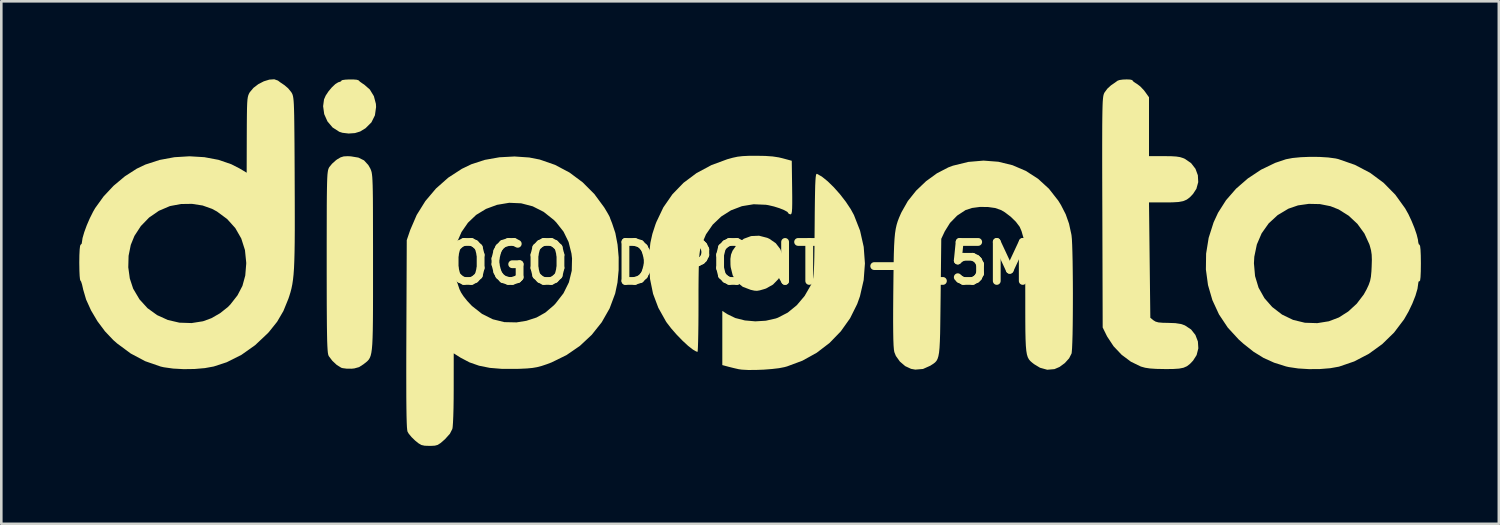
<source format=kicad_pcb>
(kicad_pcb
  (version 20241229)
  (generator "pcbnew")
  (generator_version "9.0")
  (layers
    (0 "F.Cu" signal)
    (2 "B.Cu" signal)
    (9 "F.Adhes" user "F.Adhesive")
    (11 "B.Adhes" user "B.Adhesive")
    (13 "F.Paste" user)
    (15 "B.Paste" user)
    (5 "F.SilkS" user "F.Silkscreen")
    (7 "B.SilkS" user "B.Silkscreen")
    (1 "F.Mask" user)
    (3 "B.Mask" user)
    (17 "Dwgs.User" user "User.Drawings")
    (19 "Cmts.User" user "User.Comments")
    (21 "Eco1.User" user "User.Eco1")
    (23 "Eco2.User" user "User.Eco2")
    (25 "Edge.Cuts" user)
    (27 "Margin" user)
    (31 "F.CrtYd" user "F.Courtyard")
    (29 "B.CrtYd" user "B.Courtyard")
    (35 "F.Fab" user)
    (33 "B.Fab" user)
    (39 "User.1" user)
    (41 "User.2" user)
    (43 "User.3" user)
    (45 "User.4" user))
  (footprint "LOGO-DIPONTO-15MM"
    (layer "F.Cu")
    (at 25.655 7.08)
    (property "Reference" "LOGO-DIPONTO-15MM" (at 0 0 0) (layer "F.SilkS") (effects (font (size 1.5 1.5) (thickness 0.3))))
    (attr board_only exclude_from_pos_files exclude_from_bom)
    (fp_poly (pts (xy 0.812 -0.98) (xy 0.894 -0.943) (xy 1.141 -0.773) (xy 1.316 -0.545) (xy 1.427 -0.246) (xy 1.452 0.051) (xy 1.386 0.34) (xy 1.243 0.603) (xy 1.033 0.819) (xy 0.767 0.969) (xy 0.694 0.993) (xy 0.529 1.04) (xy 0.418 1.059) (xy 0.317 1.052) (xy 0.183 1.022) (xy 0.178 1.021) (xy -0.129 0.904) (xy -0.361 0.718) (xy -0.515 0.466) (xy -0.594 0.146) (xy -0.602 0.052) (xy -0.605 -0.17) (xy -0.581 -0.335) (xy -0.522 -0.483) (xy -0.519 -0.488) (xy -0.33 -0.757) (xy -0.088 -0.945) (xy 0.193 -1.048) (xy 0.498 -1.061)) (stroke (width 0) (type solid)) (fill yes) (layer "F.SilkS"))
    (fp_poly (pts (xy -15.108 -7.073) (xy -14.979 -7.062) (xy -14.909 -7.04) (xy -14.906 -7.035) (xy -14.855 -6.986) (xy -14.748 -6.91) (xy -14.697 -6.878) (xy -14.477 -6.686) (xy -14.321 -6.43) (xy -14.243 -6.134) (xy -14.236 -6.013) (xy -14.281 -5.693) (xy -14.416 -5.421) (xy -14.641 -5.197) (xy -14.848 -5.071) (xy -15.048 -5.01) (xy -15.291 -4.993) (xy -15.529 -5.021) (xy -15.652 -5.06) (xy -15.911 -5.227) (xy -16.108 -5.461) (xy -16.232 -5.74) (xy -16.274 -6.045) (xy -16.239 -6.306) (xy -16.175 -6.452) (xy -16.067 -6.615) (xy -15.936 -6.771) (xy -15.803 -6.896) (xy -15.69 -6.966) (xy -15.654 -6.974) (xy -15.585 -7.001) (xy -15.576 -7.024) (xy -15.531 -7.05) (xy -15.416 -7.066) (xy -15.264 -7.074)) (stroke (width 0) (type solid)) (fill yes) (layer "F.SilkS"))
    (fp_poly (pts (xy 2.724 -3.443) (xy 2.914 -3.336) (xy 3.135 -3.158) (xy 3.373 -2.926) (xy 3.612 -2.657) (xy 3.835 -2.369) (xy 4.027 -2.08) (xy 4.148 -1.858) (xy 4.383 -1.258) (xy 4.524 -0.632) (xy 4.571 0.006) (xy 4.523 0.644) (xy 4.38 1.267) (xy 4.274 1.565) (xy 4 2.115) (xy 3.643 2.617) (xy 3.212 3.062) (xy 2.717 3.441) (xy 2.169 3.745) (xy 1.577 3.966) (xy 1.476 3.994) (xy 1.265 4.035) (xy 0.991 4.067) (xy 0.682 4.091) (xy 0.367 4.103) (xy 0.075 4.104) (xy -0.165 4.091) (xy -0.286 4.074) (xy -0.482 4.029) (xy -0.684 3.978) (xy -0.706 3.972) (xy -0.916 3.916) (xy -0.916 2.873) (xy -0.916 1.831) (xy -0.725 1.955) (xy -0.416 2.105) (xy -0.047 2.198) (xy 0.353 2.233) (xy 0.757 2.209) (xy 1.139 2.123) (xy 1.222 2.093) (xy 1.603 1.896) (xy 1.95 1.612) (xy 2.25 1.257) (xy 2.488 0.844) (xy 2.524 0.764) (xy 2.549 0.699) (xy 2.569 0.625) (xy 2.586 0.533) (xy 2.599 0.41) (xy 2.609 0.248) (xy 2.617 0.034) (xy 2.624 -0.24) (xy 2.629 -0.586) (xy 2.633 -1.014) (xy 2.637 -1.468) (xy 2.641 -1.979) (xy 2.646 -2.398) (xy 2.652 -2.732) (xy 2.658 -2.99) (xy 2.667 -3.181) (xy 2.677 -3.313) (xy 2.689 -3.395) (xy 2.704 -3.435) (xy 2.723 -3.443)) (stroke (width 0) (type solid)) (fill yes) (layer "F.SilkS"))
    (fp_poly (pts (xy 0.738 -4.131) (xy 1.021 -4.111) (xy 1.257 -4.075) (xy 1.4 -4.041) (xy 1.756 -3.945) (xy 1.77 -2.914) (xy 1.774 -2.562) (xy 1.774 -2.298) (xy 1.77 -2.112) (xy 1.761 -1.99) (xy 1.747 -1.919) (xy 1.725 -1.888) (xy 1.706 -1.883) (xy 1.638 -1.905) (xy 1.629 -1.924) (xy 1.583 -1.981) (xy 1.459 -2.049) (xy 1.282 -2.12) (xy 1.072 -2.186) (xy 0.854 -2.237) (xy 0.76 -2.252) (xy 0.29 -2.272) (xy -0.161 -2.198) (xy -0.582 -2.038) (xy -0.959 -1.799) (xy -1.284 -1.489) (xy -1.543 -1.115) (xy -1.726 -0.685) (xy -1.754 -0.585) (xy -1.776 -0.484) (xy -1.793 -0.358) (xy -1.807 -0.194) (xy -1.817 0.016) (xy -1.824 0.285) (xy -1.829 0.623) (xy -1.832 1.042) (xy -1.832 1.55) (xy -1.832 1.563) (xy -1.833 1.985) (xy -1.836 2.374) (xy -1.841 2.717) (xy -1.847 3.003) (xy -1.854 3.222) (xy -1.862 3.361) (xy -1.871 3.41) (xy -1.935 3.384) (xy -2.042 3.322) (xy -2.054 3.314) (xy -2.235 3.173) (xy -2.45 2.974) (xy -2.674 2.743) (xy -2.882 2.505) (xy -3.05 2.287) (xy -3.082 2.24) (xy -3.377 1.713) (xy -3.58 1.173) (xy -3.697 0.601) (xy -3.734 0) (xy -3.723 -0.423) (xy -3.683 -0.787) (xy -3.607 -1.13) (xy -3.489 -1.493) (xy -3.454 -1.585) (xy -3.185 -2.151) (xy -2.835 -2.656) (xy -2.408 -3.097) (xy -1.906 -3.472) (xy -1.333 -3.779) (xy -0.728 -4.002) (xy -0.517 -4.061) (xy -0.33 -4.101) (xy -0.135 -4.124) (xy 0.099 -4.135) (xy 0.382 -4.137)) (stroke (width 0) (type solid)) (fill yes) (layer "F.SilkS"))
    (fp_poly (pts (xy -15.206 -4.115) (xy -14.917 -4.067) (xy -14.7 -3.96) (xy -14.535 -3.78) (xy -14.46 -3.649) (xy -14.44 -3.603) (xy -14.422 -3.555) (xy -14.406 -3.496) (xy -14.394 -3.419) (xy -14.383 -3.317) (xy -14.375 -3.18) (xy -14.368 -3.003) (xy -14.363 -2.777) (xy -14.359 -2.494) (xy -14.357 -2.147) (xy -14.356 -1.729) (xy -14.355 -1.231) (xy -14.354 -0.646) (xy -14.354 -0.022) (xy -14.354 0.671) (xy -14.354 1.269) (xy -14.355 1.781) (xy -14.358 2.213) (xy -14.363 2.573) (xy -14.371 2.869) (xy -14.382 3.107) (xy -14.398 3.297) (xy -14.419 3.444) (xy -14.446 3.557) (xy -14.48 3.642) (xy -14.52 3.708) (xy -14.569 3.762) (xy -14.626 3.811) (xy -14.693 3.862) (xy -14.723 3.886) (xy -14.891 3.994) (xy -15.076 4.045) (xy -15.181 4.055) (xy -15.361 4.054) (xy -15.519 4.034) (xy -15.576 4.018) (xy -15.747 3.912) (xy -15.919 3.751) (xy -16.052 3.576) (xy -16.064 3.553) (xy -16.078 3.511) (xy -16.091 3.441) (xy -16.101 3.335) (xy -16.11 3.186) (xy -16.118 2.988) (xy -16.123 2.734) (xy -16.128 2.417) (xy -16.131 2.03) (xy -16.134 1.565) (xy -16.135 1.017) (xy -16.136 0.378) (xy -16.136 -0.061) (xy -16.136 -0.741) (xy -16.135 -1.327) (xy -16.134 -1.825) (xy -16.133 -2.245) (xy -16.13 -2.592) (xy -16.126 -2.875) (xy -16.121 -3.1) (xy -16.115 -3.276) (xy -16.107 -3.41) (xy -16.096 -3.509) (xy -16.084 -3.581) (xy -16.069 -3.633) (xy -16.052 -3.673) (xy -16.036 -3.701) (xy -15.929 -3.832) (xy -15.783 -3.963) (xy -15.732 -4) (xy -15.602 -4.076) (xy -15.482 -4.113) (xy -15.33 -4.121)) (stroke (width 0) (type solid)) (fill yes) (layer "F.SilkS"))
    (fp_poly (pts (xy 14.772 -7.069) (xy 14.853 -7.05) (xy 14.863 -7.036) (xy 14.904 -6.988) (xy 15.003 -6.921) (xy 15.029 -6.907) (xy 15.159 -6.81) (xy 15.295 -6.668) (xy 15.347 -6.602) (xy 15.5 -6.388) (xy 15.5 -5.256) (xy 15.5 -4.123) (xy 16.082 -4.123) (xy 16.354 -4.12) (xy 16.55 -4.108) (xy 16.696 -4.085) (xy 16.816 -4.047) (xy 16.883 -4.017) (xy 17.12 -3.853) (xy 17.288 -3.636) (xy 17.38 -3.386) (xy 17.394 -3.123) (xy 17.323 -2.866) (xy 17.194 -2.668) (xy 17.072 -2.54) (xy 16.953 -2.451) (xy 16.816 -2.392) (xy 16.64 -2.359) (xy 16.402 -2.345) (xy 16.126 -2.342) (xy 15.5 -2.342) (xy 15.525 -0.123) (xy 15.551 2.096) (xy 15.671 2.193) (xy 15.753 2.243) (xy 15.864 2.274) (xy 16.031 2.288) (xy 16.231 2.292) (xy 16.515 2.302) (xy 16.727 2.335) (xy 16.88 2.388) (xy 17.118 2.545) (xy 17.286 2.758) (xy 17.381 3.007) (xy 17.398 3.271) (xy 17.332 3.53) (xy 17.195 3.745) (xy 17.075 3.871) (xy 16.959 3.96) (xy 16.827 4.018) (xy 16.657 4.051) (xy 16.428 4.066) (xy 16.119 4.069) (xy 16.1 4.068) (xy 15.781 4.062) (xy 15.539 4.046) (xy 15.352 4.018) (xy 15.195 3.974) (xy 15.183 3.97) (xy 14.804 3.786) (xy 14.448 3.52) (xy 14.136 3.19) (xy 13.89 2.817) (xy 13.86 2.758) (xy 13.718 2.469) (xy 13.705 -1.96) (xy 13.702 -2.734) (xy 13.7 -3.413) (xy 13.699 -4.003) (xy 13.699 -4.511) (xy 13.7 -4.943) (xy 13.701 -5.307) (xy 13.704 -5.608) (xy 13.708 -5.853) (xy 13.713 -6.048) (xy 13.719 -6.201) (xy 13.728 -6.317) (xy 13.737 -6.404) (xy 13.749 -6.468) (xy 13.763 -6.515) (xy 13.778 -6.552) (xy 13.786 -6.566) (xy 13.896 -6.717) (xy 14.038 -6.847) (xy 14.054 -6.858) (xy 14.18 -6.944) (xy 14.275 -7.013) (xy 14.289 -7.024) (xy 14.365 -7.051) (xy 14.494 -7.069) (xy 14.641 -7.075)) (stroke (width 0) (type solid)) (fill yes) (layer "F.SilkS"))
    (fp_poly (pts (xy 22.057 -4.093) (xy 22.395 -4.072) (xy 22.677 -4.034) (xy 22.779 -4.011) (xy 23.423 -3.787) (xy 24.005 -3.482) (xy 24.523 -3.099) (xy 24.976 -2.639) (xy 25.355 -2.113) (xy 25.482 -1.886) (xy 25.604 -1.625) (xy 25.713 -1.357) (xy 25.798 -1.108) (xy 25.848 -0.905) (xy 25.858 -0.812) (xy 25.88 -0.731) (xy 25.909 -0.713) (xy 25.93 -0.663) (xy 25.946 -0.522) (xy 25.956 -0.298) (xy 25.96 -0.000096) (xy 25.96 0.003) (xy 25.956 0.314) (xy 25.946 0.533) (xy 25.93 0.659) (xy 25.909 0.687) (xy 25.87 0.704) (xy 25.858 0.773) (xy 25.829 0.981) (xy 25.751 1.247) (xy 25.633 1.546) (xy 25.486 1.854) (xy 25.319 2.146) (xy 25.308 2.163) (xy 24.928 2.665) (xy 24.474 3.108) (xy 23.959 3.481) (xy 23.398 3.774) (xy 22.809 3.976) (xy 22.473 4.036) (xy 22.075 4.068) (xy 21.653 4.071) (xy 21.242 4.046) (xy 20.878 3.992) (xy 20.769 3.967) (xy 20.315 3.824) (xy 19.907 3.64) (xy 19.519 3.4) (xy 19.126 3.088) (xy 18.95 2.93) (xy 18.531 2.474) (xy 18.193 1.967) (xy 17.939 1.418) (xy 17.77 0.838) (xy 17.689 0.238) (xy 17.692 0) (xy 19.537 0) (xy 19.58 0.491) (xy 19.715 0.938) (xy 19.941 1.341) (xy 20.239 1.681) (xy 20.621 1.974) (xy 21.043 2.177) (xy 21.498 2.287) (xy 21.974 2.302) (xy 22.421 2.23) (xy 22.804 2.084) (xy 23.167 1.853) (xy 23.493 1.553) (xy 23.762 1.2) (xy 23.872 1.002) (xy 23.953 0.828) (xy 24.006 0.677) (xy 24.038 0.516) (xy 24.057 0.31) (xy 24.066 0.131) (xy 24.074 -0.133) (xy 24.067 -0.331) (xy 24.043 -0.497) (xy 23.998 -0.667) (xy 23.977 -0.732) (xy 23.788 -1.145) (xy 23.519 -1.516) (xy 23.183 -1.83) (xy 22.798 -2.072) (xy 22.482 -2.197) (xy 22.076 -2.278) (xy 21.648 -2.287) (xy 21.232 -2.228) (xy 20.863 -2.101) (xy 20.447 -1.852) (xy 20.102 -1.533) (xy 19.834 -1.154) (xy 19.649 -0.724) (xy 19.551 -0.253) (xy 19.537 0) (xy 17.692 0) (xy 17.697 -0.371) (xy 17.795 -0.979) (xy 17.985 -1.575) (xy 18.157 -1.946) (xy 18.463 -2.427) (xy 18.851 -2.872) (xy 19.307 -3.268) (xy 19.814 -3.603) (xy 20.355 -3.864) (xy 20.768 -4.003) (xy 21.02 -4.051) (xy 21.339 -4.082) (xy 21.695 -4.096)) (stroke (width 0) (type solid)) (fill yes) (layer "F.SilkS"))
    (fp_poly (pts (xy 9.704 -3.907) (xy 10.249 -3.774) (xy 10.761 -3.555) (xy 11.231 -3.252) (xy 11.65 -2.869) (xy 12.01 -2.409) (xy 12.112 -2.244) (xy 12.295 -1.887) (xy 12.423 -1.525) (xy 12.513 -1.112) (xy 12.52 -1.069) (xy 12.533 -0.933) (xy 12.544 -0.715) (xy 12.553 -0.427) (xy 12.561 -0.084) (xy 12.566 0.301) (xy 12.57 0.715) (xy 12.572 1.144) (xy 12.571 1.574) (xy 12.569 1.992) (xy 12.565 2.384) (xy 12.559 2.737) (xy 12.55 3.037) (xy 12.54 3.27) (xy 12.528 3.422) (xy 12.521 3.469) (xy 12.426 3.656) (xy 12.262 3.838) (xy 12.059 3.987) (xy 11.863 4.071) (xy 11.585 4.095) (xy 11.307 4.018) (xy 11.082 3.882) (xy 11.001 3.819) (xy 10.934 3.76) (xy 10.88 3.695) (xy 10.836 3.613) (xy 10.803 3.505) (xy 10.779 3.361) (xy 10.762 3.171) (xy 10.751 2.927) (xy 10.744 2.617) (xy 10.741 2.232) (xy 10.74 1.763) (xy 10.74 1.337) (xy 10.739 0.776) (xy 10.737 0.31) (xy 10.732 -0.071) (xy 10.725 -0.375) (xy 10.715 -0.61) (xy 10.703 -0.785) (xy 10.687 -0.907) (xy 10.673 -0.972) (xy 10.631 -1.114) (xy 10.603 -1.214) (xy 10.597 -1.235) (xy 10.524 -1.405) (xy 10.379 -1.597) (xy 10.182 -1.79) (xy 9.954 -1.963) (xy 9.814 -2.046) (xy 9.584 -2.127) (xy 9.297 -2.167) (xy 8.988 -2.168) (xy 8.693 -2.129) (xy 8.448 -2.05) (xy 8.44 -2.046) (xy 8.12 -1.836) (xy 7.844 -1.553) (xy 7.643 -1.23) (xy 7.508 -0.942) (xy 7.483 1.3) (xy 7.476 1.856) (xy 7.47 2.319) (xy 7.464 2.699) (xy 7.454 3.006) (xy 7.441 3.247) (xy 7.423 3.434) (xy 7.397 3.575) (xy 7.364 3.679) (xy 7.322 3.756) (xy 7.268 3.815) (xy 7.203 3.865) (xy 7.123 3.916) (xy 7.087 3.94) (xy 6.806 4.065) (xy 6.51 4.09) (xy 6.346 4.061) (xy 6.121 3.956) (xy 5.916 3.78) (xy 5.761 3.563) (xy 5.702 3.415) (xy 5.686 3.319) (xy 5.673 3.162) (xy 5.664 2.936) (xy 5.659 2.637) (xy 5.656 2.256) (xy 5.657 1.789) (xy 5.661 1.228) (xy 5.663 1.048) (xy 5.669 0.492) (xy 5.675 0.026) (xy 5.683 -0.359) (xy 5.694 -0.676) (xy 5.709 -0.936) (xy 5.729 -1.149) (xy 5.756 -1.326) (xy 5.79 -1.479) (xy 5.832 -1.618) (xy 5.885 -1.756) (xy 5.948 -1.901) (xy 5.979 -1.968) (xy 6.221 -2.394) (xy 6.542 -2.796) (xy 6.923 -3.159) (xy 7.342 -3.463) (xy 7.78 -3.69) (xy 7.957 -3.756) (xy 8.549 -3.901) (xy 9.134 -3.951)) (stroke (width 0) (type solid)) (fill yes) (layer "F.SilkS"))
    (fp_poly (pts (xy -8.344 -4.071) (xy -7.941 -3.992) (xy -7.351 -3.787) (xy -6.796 -3.493) (xy -6.289 -3.116) (xy -5.84 -2.666) (xy -5.461 -2.152) (xy -5.431 -2.103) (xy -5.338 -1.947) (xy -5.271 -1.828) (xy -5.243 -1.77) (xy -5.243 -1.768) (xy -5.224 -1.71) (xy -5.178 -1.595) (xy -5.158 -1.546) (xy -5.031 -1.165) (xy -4.946 -0.718) (xy -4.903 -0.233) (xy -4.904 0.262) (xy -4.949 0.74) (xy -5.038 1.163) (xy -5.252 1.736) (xy -5.555 2.268) (xy -5.938 2.75) (xy -6.392 3.174) (xy -6.91 3.531) (xy -7.485 3.813) (xy -7.675 3.885) (xy -7.87 3.95) (xy -8.042 3.995) (xy -8.217 4.025) (xy -8.424 4.045) (xy -8.693 4.058) (xy -8.83 4.062) (xy -9.385 4.062) (xy -9.861 4.023) (xy -10.274 3.94) (xy -10.643 3.811) (xy -10.982 3.633) (xy -11.01 3.615) (xy -11.249 3.464) (xy -11.25 4.824) (xy -11.252 5.213) (xy -11.257 5.57) (xy -11.266 5.879) (xy -11.277 6.128) (xy -11.29 6.3) (xy -11.302 6.372) (xy -11.396 6.557) (xy -11.579 6.761) (xy -11.613 6.792) (xy -11.756 6.916) (xy -11.865 6.986) (xy -11.976 7.016) (xy -12.13 7.024) (xy -12.184 7.024) (xy -12.367 7.018) (xy -12.493 6.99) (xy -12.608 6.923) (xy -12.731 6.823) (xy -12.87 6.688) (xy -12.981 6.554) (xy -13.026 6.477) (xy -13.038 6.418) (xy -13.049 6.304) (xy -13.057 6.128) (xy -13.064 5.887) (xy -13.069 5.574) (xy -13.073 5.184) (xy -13.074 4.714) (xy -13.075 4.157) (xy -13.074 3.509) (xy -13.071 2.764) (xy -13.071 2.721) (xy -13.06 0.08) (xy -11.244 0.08) (xy -11.181 0.538) (xy -11.031 0.989) (xy -10.969 1.12) (xy -10.874 1.267) (xy -10.731 1.446) (xy -10.568 1.62) (xy -10.544 1.644) (xy -10.159 1.947) (xy -9.744 2.154) (xy -9.301 2.263) (xy -8.834 2.273) (xy -8.454 2.212) (xy -8.065 2.086) (xy -7.727 1.897) (xy -7.41 1.628) (xy -7.332 1.547) (xy -7.027 1.154) (xy -6.818 0.732) (xy -6.708 0.284) (xy -6.697 -0.188) (xy -6.719 -0.375) (xy -6.83 -0.821) (xy -7.023 -1.215) (xy -7.306 -1.575) (xy -7.401 -1.671) (xy -7.789 -1.979) (xy -8.21 -2.192) (xy -8.654 -2.308) (xy -9.115 -2.328) (xy -9.585 -2.249) (xy -10.006 -2.093) (xy -10.386 -1.862) (xy -10.702 -1.561) (xy -10.949 -1.204) (xy -11.124 -0.803) (xy -11.224 -0.371) (xy -11.244 0.08) (xy -13.06 0.08) (xy -13.056 -0.891) (xy -12.923 -1.281) (xy -12.674 -1.859) (xy -12.34 -2.395) (xy -11.932 -2.877) (xy -11.46 -3.295) (xy -10.936 -3.635) (xy -10.568 -3.812) (xy -10.054 -3.979) (xy -9.491 -4.079) (xy -8.911 -4.11)) (stroke (width 0) (type solid)) (fill yes) (layer "F.SilkS"))
    (fp_poly (pts (xy -18.012 -7.03) (xy -18.004 -7.024) (xy -17.924 -6.963) (xy -17.8 -6.879) (xy -17.767 -6.858) (xy -17.621 -6.734) (xy -17.498 -6.583) (xy -17.488 -6.566) (xy -17.466 -6.528) (xy -17.448 -6.484) (xy -17.433 -6.429) (xy -17.42 -6.353) (xy -17.409 -6.248) (xy -17.4 -6.108) (xy -17.393 -5.924) (xy -17.387 -5.689) (xy -17.383 -5.395) (xy -17.379 -5.033) (xy -17.375 -4.597) (xy -17.372 -4.077) (xy -17.369 -3.468) (xy -17.368 -3.156) (xy -17.365 -2.439) (xy -17.364 -1.815) (xy -17.364 -1.277) (xy -17.367 -0.815) (xy -17.373 -0.422) (xy -17.382 -0.089) (xy -17.394 0.192) (xy -17.411 0.43) (xy -17.433 0.632) (xy -17.459 0.808) (xy -17.491 0.965) (xy -17.529 1.112) (xy -17.574 1.257) (xy -17.609 1.362) (xy -17.802 1.835) (xy -18.043 2.248) (xy -18.357 2.641) (xy -18.401 2.689) (xy -18.89 3.15) (xy -19.419 3.524) (xy -19.982 3.806) (xy -20.483 3.97) (xy -20.823 4.032) (xy -21.22 4.066) (xy -21.639 4.072) (xy -22.044 4.05) (xy -22.401 4) (xy -22.524 3.972) (xy -23.119 3.766) (xy -23.676 3.47) (xy -24.202 3.081) (xy -24.347 2.953) (xy -24.665 2.618) (xy -24.955 2.23) (xy -25.202 1.813) (xy -25.392 1.395) (xy -25.508 0.999) (xy -25.512 0.976) (xy -25.549 0.813) (xy -25.586 0.7) (xy -25.613 0.662) (xy -25.628 0.614) (xy -25.641 0.483) (xy -25.65 0.287) (xy -25.652 0.154) (xy -23.77 0.154) (xy -23.711 0.585) (xy -23.583 0.973) (xy -23.579 0.981) (xy -23.338 1.388) (xy -23.029 1.727) (xy -22.661 1.993) (xy -22.249 2.18) (xy -21.802 2.284) (xy -21.333 2.299) (xy -20.895 2.23) (xy -20.57 2.111) (xy -20.241 1.922) (xy -19.945 1.688) (xy -19.846 1.588) (xy -19.568 1.233) (xy -19.378 0.868) (xy -19.269 0.47) (xy -19.232 0.016) (xy -19.232 -0.028) (xy -19.281 -0.51) (xy -19.423 -0.955) (xy -19.653 -1.356) (xy -19.966 -1.703) (xy -20.357 -1.992) (xy -20.547 -2.095) (xy -20.91 -2.224) (xy -21.319 -2.287) (xy -21.743 -2.281) (xy -22.15 -2.205) (xy -22.176 -2.198) (xy -22.593 -2.02) (xy -22.968 -1.761) (xy -23.286 -1.433) (xy -23.533 -1.054) (xy -23.674 -0.708) (xy -23.758 -0.288) (xy -23.77 0.154) (xy -25.652 0.154) (xy -25.654 0.045) (xy -25.655 -0.025) (xy -25.651 -0.316) (xy -25.64 -0.534) (xy -25.624 -0.669) (xy -25.604 -0.713) (xy -25.562 -0.755) (xy -25.553 -0.812) (xy -25.529 -0.973) (xy -25.464 -1.197) (xy -25.369 -1.457) (xy -25.252 -1.728) (xy -25.125 -1.982) (xy -25.044 -2.123) (xy -24.722 -2.57) (xy -24.334 -2.984) (xy -23.9 -3.347) (xy -23.443 -3.641) (xy -23.111 -3.799) (xy -22.566 -3.976) (xy -21.994 -4.082) (xy -21.414 -4.117) (xy -20.843 -4.083) (xy -20.3 -3.981) (xy -19.803 -3.81) (xy -19.489 -3.649) (xy -19.215 -3.485) (xy -19.211 -4.943) (xy -19.209 -5.368) (xy -19.206 -5.703) (xy -19.202 -5.961) (xy -19.195 -6.154) (xy -19.185 -6.295) (xy -19.17 -6.397) (xy -19.15 -6.471) (xy -19.124 -6.53) (xy -19.094 -6.583) (xy -18.953 -6.75) (xy -18.766 -6.893) (xy -18.554 -7.002) (xy -18.343 -7.067) (xy -18.154 -7.08)) (stroke (width 0) (type solid)) (fill yes) (layer "F.SilkS")))
  (gr_rect
    (start -3 -3)
    (end 54.614 17.104)
    (stroke (width 0.1) (type default))
    (fill no)
    (layer "Edge.Cuts")))
</source>
